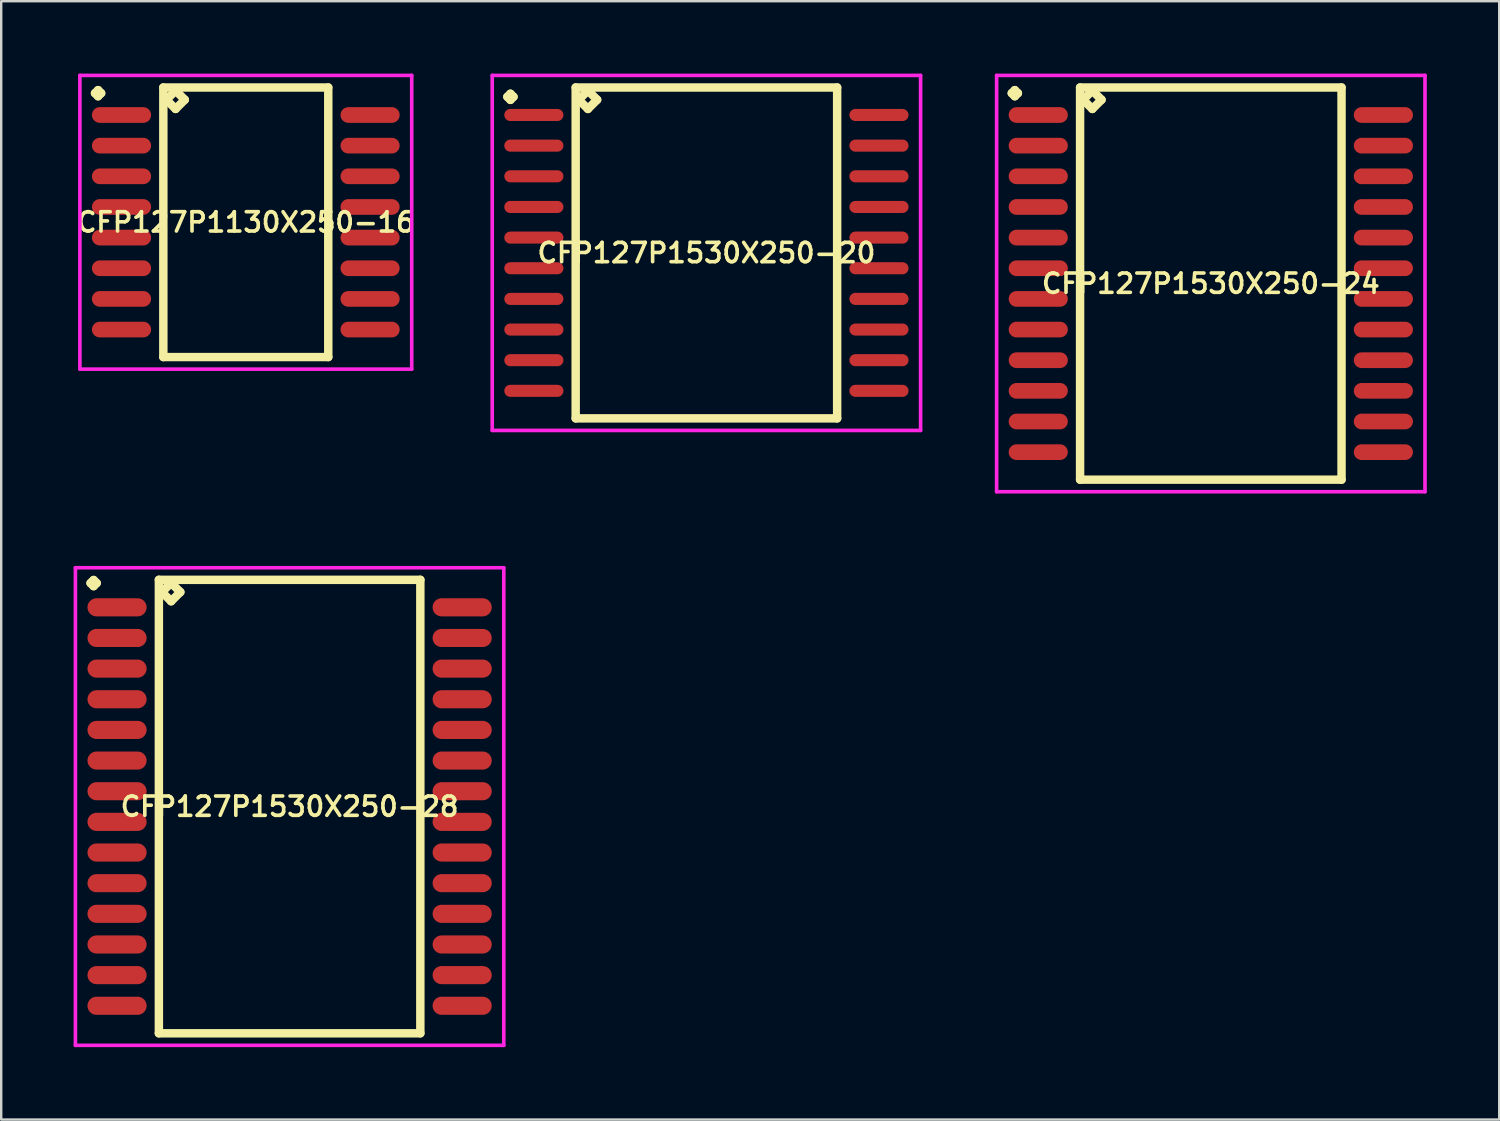
<source format=kicad_pcb>
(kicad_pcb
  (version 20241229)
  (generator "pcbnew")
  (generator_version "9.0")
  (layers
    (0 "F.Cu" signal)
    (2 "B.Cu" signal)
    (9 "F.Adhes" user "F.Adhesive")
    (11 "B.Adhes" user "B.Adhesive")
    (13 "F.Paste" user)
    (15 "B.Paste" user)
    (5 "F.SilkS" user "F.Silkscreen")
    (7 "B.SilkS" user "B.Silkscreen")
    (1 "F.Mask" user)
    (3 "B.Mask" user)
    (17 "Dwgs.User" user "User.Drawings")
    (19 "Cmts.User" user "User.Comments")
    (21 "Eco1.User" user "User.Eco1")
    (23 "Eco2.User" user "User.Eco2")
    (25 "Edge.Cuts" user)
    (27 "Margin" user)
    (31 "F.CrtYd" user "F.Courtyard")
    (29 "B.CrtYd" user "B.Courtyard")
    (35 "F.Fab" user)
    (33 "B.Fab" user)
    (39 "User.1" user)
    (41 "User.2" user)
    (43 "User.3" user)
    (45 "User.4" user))
  (footprint "CFP127P1530X250-24"
    (layer "F.Cu")
    (at 47.121 8.7)
    (property "Reference" "CFP127P1530X250-24" (at 0 0 0) (layer "F.SilkS") (effects (font (size 0.8 0.8) (thickness 0.15))))
    (attr smd)
    (fp_line (start -8.248 -7.889) (end -8.121 -8.016) (stroke (width 0.35) (type solid)) (layer "F.SilkS"))
    (fp_line (start -8.121 -8.016) (end -7.994 -7.889) (stroke (width 0.35) (type solid)) (layer "F.SilkS"))
    (fp_line (start -8.121 -7.762) (end -8.248 -7.889) (stroke (width 0.35) (type solid)) (layer "F.SilkS"))
    (fp_line (start -7.994 -7.889) (end -8.121 -7.762) (stroke (width 0.35) (type solid)) (layer "F.SilkS"))
    (fp_line (start -5.417 -8.125) (end -5.417 8.125) (stroke (width 0.35) (type solid)) (layer "F.SilkS"))
    (fp_line (start -5.417 8.125) (end 5.417 8.125) (stroke (width 0.35) (type solid)) (layer "F.SilkS"))
    (fp_line (start -5.29 -7.617) (end -4.909 -7.998) (stroke (width 0.35) (type solid)) (layer "F.SilkS"))
    (fp_line (start -4.909 -7.998) (end -4.528 -7.617) (stroke (width 0.35) (type solid)) (layer "F.SilkS"))
    (fp_line (start -4.909 -7.236) (end -5.29 -7.617) (stroke (width 0.35) (type solid)) (layer "F.SilkS"))
    (fp_line (start -4.528 -7.617) (end -4.909 -7.236) (stroke (width 0.35) (type solid)) (layer "F.SilkS"))
    (fp_line (start 5.417 -8.125) (end -5.417 -8.125) (stroke (width 0.35) (type solid)) (layer "F.SilkS"))
    (fp_line (start 5.417 8.125) (end 5.417 -8.125) (stroke (width 0.35) (type solid)) (layer "F.SilkS"))
    (fp_line (start -8.875 -8.625) (end 8.875 -8.625) (stroke (width 0.15) (type solid)) (layer "F.CrtYd"))
    (fp_line (start -8.875 8.625) (end -8.875 -8.625) (stroke (width 0.15) (type solid)) (layer "F.CrtYd"))
    (fp_line (start 8.875 -8.625) (end 8.875 8.625) (stroke (width 0.15) (type solid)) (layer "F.CrtYd"))
    (fp_line (start 8.875 8.625) (end -8.875 8.625) (stroke (width 0.15) (type solid)) (layer "F.CrtYd"))
    (pad "1" smd oval (at -7.15 -6.985) (size 2.45 0.65) (layers "F.Cu" "F.Mask" "F.Paste"))
    (pad "2" smd oval (at -7.15 -5.715) (size 2.45 0.65) (layers "F.Cu" "F.Mask" "F.Paste"))
    (pad "3" smd oval (at -7.15 -4.445) (size 2.45 0.65) (layers "F.Cu" "F.Mask" "F.Paste"))
    (pad "4" smd oval (at -7.15 -3.175) (size 2.45 0.65) (layers "F.Cu" "F.Mask" "F.Paste"))
    (pad "5" smd oval (at -7.15 -1.905) (size 2.45 0.65) (layers "F.Cu" "F.Mask" "F.Paste"))
    (pad "6" smd oval (at -7.15 -0.635) (size 2.45 0.65) (layers "F.Cu" "F.Mask" "F.Paste"))
    (pad "7" smd oval (at -7.15 0.635) (size 2.45 0.65) (layers "F.Cu" "F.Mask" "F.Paste"))
    (pad "8" smd oval (at -7.15 1.905) (size 2.45 0.65) (layers "F.Cu" "F.Mask" "F.Paste"))
    (pad "9" smd oval (at -7.15 3.175) (size 2.45 0.65) (layers "F.Cu" "F.Mask" "F.Paste"))
    (pad "10" smd oval (at -7.15 4.445) (size 2.45 0.65) (layers "F.Cu" "F.Mask" "F.Paste"))
    (pad "11" smd oval (at -7.15 5.715) (size 2.45 0.65) (layers "F.Cu" "F.Mask" "F.Paste"))
    (pad "12" smd oval (at -7.15 6.985) (size 2.45 0.65) (layers "F.Cu" "F.Mask" "F.Paste"))
    (pad "13" smd oval (at 7.15 6.985) (size 2.45 0.65) (layers "F.Cu" "F.Mask" "F.Paste"))
    (pad "14" smd oval (at 7.15 5.715) (size 2.45 0.65) (layers "F.Cu" "F.Mask" "F.Paste"))
    (pad "15" smd oval (at 7.15 4.445) (size 2.45 0.65) (layers "F.Cu" "F.Mask" "F.Paste"))
    (pad "16" smd oval (at 7.15 3.175) (size 2.45 0.65) (layers "F.Cu" "F.Mask" "F.Paste"))
    (pad "17" smd oval (at 7.15 1.905) (size 2.45 0.65) (layers "F.Cu" "F.Mask" "F.Paste"))
    (pad "18" smd oval (at 7.15 0.635) (size 2.45 0.65) (layers "F.Cu" "F.Mask" "F.Paste"))
    (pad "19" smd oval (at 7.15 -0.635) (size 2.45 0.65) (layers "F.Cu" "F.Mask" "F.Paste"))
    (pad "20" smd oval (at 7.15 -1.905) (size 2.45 0.65) (layers "F.Cu" "F.Mask" "F.Paste"))
    (pad "21" smd oval (at 7.15 -3.175) (size 2.45 0.65) (layers "F.Cu" "F.Mask" "F.Paste"))
    (pad "22" smd oval (at 7.15 -4.445) (size 2.45 0.65) (layers "F.Cu" "F.Mask" "F.Paste"))
    (pad "23" smd oval (at 7.15 -5.715) (size 2.45 0.65) (layers "F.Cu" "F.Mask" "F.Paste"))
    (pad "24" smd oval (at 7.15 -6.985) (size 2.45 0.65) (layers "F.Cu" "F.Mask" "F.Paste")))
  (footprint "CFP127P1530X250-28"
    (layer "F.Cu")
    (at 8.95 30.37)
    (property "Reference" "CFP127P1530X250-28" (at 0 0 0) (layer "F.SilkS") (effects (font (size 0.8 0.8) (thickness 0.15))))
    (attr smd)
    (fp_line (start -8.248 -9.259) (end -8.121 -9.386) (stroke (width 0.35) (type solid)) (layer "F.SilkS"))
    (fp_line (start -8.121 -9.386) (end -7.994 -9.259) (stroke (width 0.35) (type solid)) (layer "F.SilkS"))
    (fp_line (start -8.121 -9.132) (end -8.248 -9.259) (stroke (width 0.35) (type solid)) (layer "F.SilkS"))
    (fp_line (start -7.994 -9.259) (end -8.121 -9.132) (stroke (width 0.35) (type solid)) (layer "F.SilkS"))
    (fp_line (start -5.417 -9.395) (end -5.417 9.395) (stroke (width 0.35) (type solid)) (layer "F.SilkS"))
    (fp_line (start -5.417 9.395) (end 5.417 9.395) (stroke (width 0.35) (type solid)) (layer "F.SilkS"))
    (fp_line (start -5.29 -8.887) (end -4.909 -9.268) (stroke (width 0.35) (type solid)) (layer "F.SilkS"))
    (fp_line (start -4.909 -9.268) (end -4.528 -8.887) (stroke (width 0.35) (type solid)) (layer "F.SilkS"))
    (fp_line (start -4.909 -8.506) (end -5.29 -8.887) (stroke (width 0.35) (type solid)) (layer "F.SilkS"))
    (fp_line (start -4.528 -8.887) (end -4.909 -8.506) (stroke (width 0.35) (type solid)) (layer "F.SilkS"))
    (fp_line (start 5.417 -9.395) (end -5.417 -9.395) (stroke (width 0.35) (type solid)) (layer "F.SilkS"))
    (fp_line (start 5.417 9.395) (end 5.417 -9.395) (stroke (width 0.35) (type solid)) (layer "F.SilkS"))
    (fp_line (start -8.875 -9.895) (end 8.875 -9.895) (stroke (width 0.15) (type solid)) (layer "F.CrtYd"))
    (fp_line (start -8.875 9.895) (end -8.875 -9.895) (stroke (width 0.15) (type solid)) (layer "F.CrtYd"))
    (fp_line (start 8.875 -9.895) (end 8.875 9.895) (stroke (width 0.15) (type solid)) (layer "F.CrtYd"))
    (fp_line (start 8.875 9.895) (end -8.875 9.895) (stroke (width 0.15) (type solid)) (layer "F.CrtYd"))
    (pad "1" smd oval (at -7.15 -8.255) (size 2.45 0.75) (layers "F.Cu" "F.Mask" "F.Paste"))
    (pad "2" smd oval (at -7.15 -6.985) (size 2.45 0.75) (layers "F.Cu" "F.Mask" "F.Paste"))
    (pad "3" smd oval (at -7.15 -5.715) (size 2.45 0.75) (layers "F.Cu" "F.Mask" "F.Paste"))
    (pad "4" smd oval (at -7.15 -4.445) (size 2.45 0.75) (layers "F.Cu" "F.Mask" "F.Paste"))
    (pad "5" smd oval (at -7.15 -3.175) (size 2.45 0.75) (layers "F.Cu" "F.Mask" "F.Paste"))
    (pad "6" smd oval (at -7.15 -1.905) (size 2.45 0.75) (layers "F.Cu" "F.Mask" "F.Paste"))
    (pad "7" smd oval (at -7.15 -0.635) (size 2.45 0.75) (layers "F.Cu" "F.Mask" "F.Paste"))
    (pad "8" smd oval (at -7.15 0.635) (size 2.45 0.75) (layers "F.Cu" "F.Mask" "F.Paste"))
    (pad "9" smd oval (at -7.15 1.905) (size 2.45 0.75) (layers "F.Cu" "F.Mask" "F.Paste"))
    (pad "10" smd oval (at -7.15 3.175) (size 2.45 0.75) (layers "F.Cu" "F.Mask" "F.Paste"))
    (pad "11" smd oval (at -7.15 4.445) (size 2.45 0.75) (layers "F.Cu" "F.Mask" "F.Paste"))
    (pad "12" smd oval (at -7.15 5.715) (size 2.45 0.75) (layers "F.Cu" "F.Mask" "F.Paste"))
    (pad "13" smd oval (at -7.15 6.985) (size 2.45 0.75) (layers "F.Cu" "F.Mask" "F.Paste"))
    (pad "14" smd oval (at -7.15 8.255) (size 2.45 0.75) (layers "F.Cu" "F.Mask" "F.Paste"))
    (pad "15" smd oval (at 7.15 8.255) (size 2.45 0.75) (layers "F.Cu" "F.Mask" "F.Paste"))
    (pad "16" smd oval (at 7.15 6.985) (size 2.45 0.75) (layers "F.Cu" "F.Mask" "F.Paste"))
    (pad "17" smd oval (at 7.15 5.715) (size 2.45 0.75) (layers "F.Cu" "F.Mask" "F.Paste"))
    (pad "18" smd oval (at 7.15 4.445) (size 2.45 0.75) (layers "F.Cu" "F.Mask" "F.Paste"))
    (pad "19" smd oval (at 7.15 3.175) (size 2.45 0.75) (layers "F.Cu" "F.Mask" "F.Paste"))
    (pad "20" smd oval (at 7.15 1.905) (size 2.45 0.75) (layers "F.Cu" "F.Mask" "F.Paste"))
    (pad "21" smd oval (at 7.15 0.635) (size 2.45 0.75) (layers "F.Cu" "F.Mask" "F.Paste"))
    (pad "22" smd oval (at 7.15 -0.635) (size 2.45 0.75) (layers "F.Cu" "F.Mask" "F.Paste"))
    (pad "23" smd oval (at 7.15 -1.905) (size 2.45 0.75) (layers "F.Cu" "F.Mask" "F.Paste"))
    (pad "24" smd oval (at 7.15 -3.175) (size 2.45 0.75) (layers "F.Cu" "F.Mask" "F.Paste"))
    (pad "25" smd oval (at 7.15 -4.445) (size 2.45 0.75) (layers "F.Cu" "F.Mask" "F.Paste"))
    (pad "26" smd oval (at 7.15 -5.715) (size 2.45 0.75) (layers "F.Cu" "F.Mask" "F.Paste"))
    (pad "27" smd oval (at 7.15 -6.985) (size 2.45 0.75) (layers "F.Cu" "F.Mask" "F.Paste"))
    (pad "28" smd oval (at 7.15 -8.255) (size 2.45 0.75) (layers "F.Cu" "F.Mask" "F.Paste")))
  (footprint "CFP127P1530X250-20"
    (layer "F.Cu")
    (at 26.221 7.43)
    (property "Reference" "CFP127P1530X250-20" (at 0 0 0) (layer "F.SilkS") (effects (font (size 0.8 0.8) (thickness 0.15))))
    (attr smd)
    (fp_line (start -8.248 -6.469) (end -8.121 -6.596) (stroke (width 0.35) (type solid)) (layer "F.SilkS"))
    (fp_line (start -8.121 -6.596) (end -7.994 -6.469) (stroke (width 0.35) (type solid)) (layer "F.SilkS"))
    (fp_line (start -8.121 -6.342) (end -8.248 -6.469) (stroke (width 0.35) (type solid)) (layer "F.SilkS"))
    (fp_line (start -7.994 -6.469) (end -8.121 -6.342) (stroke (width 0.35) (type solid)) (layer "F.SilkS"))
    (fp_line (start -5.417 -6.855) (end -5.417 6.855) (stroke (width 0.35) (type solid)) (layer "F.SilkS"))
    (fp_line (start -5.417 6.855) (end 5.417 6.855) (stroke (width 0.35) (type solid)) (layer "F.SilkS"))
    (fp_line (start -5.29 -6.347) (end -4.909 -6.728) (stroke (width 0.35) (type solid)) (layer "F.SilkS"))
    (fp_line (start -4.909 -6.728) (end -4.528 -6.347) (stroke (width 0.35) (type solid)) (layer "F.SilkS"))
    (fp_line (start -4.909 -5.966) (end -5.29 -6.347) (stroke (width 0.35) (type solid)) (layer "F.SilkS"))
    (fp_line (start -4.528 -6.347) (end -4.909 -5.966) (stroke (width 0.35) (type solid)) (layer "F.SilkS"))
    (fp_line (start 5.417 -6.855) (end -5.417 -6.855) (stroke (width 0.35) (type solid)) (layer "F.SilkS"))
    (fp_line (start 5.417 6.855) (end 5.417 -6.855) (stroke (width 0.35) (type solid)) (layer "F.SilkS"))
    (fp_line (start -8.875 -7.355) (end 8.875 -7.355) (stroke (width 0.15) (type solid)) (layer "F.CrtYd"))
    (fp_line (start -8.875 7.355) (end -8.875 -7.355) (stroke (width 0.15) (type solid)) (layer "F.CrtYd"))
    (fp_line (start 8.875 -7.355) (end 8.875 7.355) (stroke (width 0.15) (type solid)) (layer "F.CrtYd"))
    (fp_line (start 8.875 7.355) (end -8.875 7.355) (stroke (width 0.15) (type solid)) (layer "F.CrtYd"))
    (pad "1" smd oval (at -7.15 -5.715) (size 2.45 0.5) (layers "F.Cu" "F.Mask" "F.Paste"))
    (pad "2" smd oval (at -7.15 -4.445) (size 2.45 0.5) (layers "F.Cu" "F.Mask" "F.Paste"))
    (pad "3" smd oval (at -7.15 -3.175) (size 2.45 0.5) (layers "F.Cu" "F.Mask" "F.Paste"))
    (pad "4" smd oval (at -7.15 -1.905) (size 2.45 0.5) (layers "F.Cu" "F.Mask" "F.Paste"))
    (pad "5" smd oval (at -7.15 -0.635) (size 2.45 0.5) (layers "F.Cu" "F.Mask" "F.Paste"))
    (pad "6" smd oval (at -7.15 0.635) (size 2.45 0.5) (layers "F.Cu" "F.Mask" "F.Paste"))
    (pad "7" smd oval (at -7.15 1.905) (size 2.45 0.5) (layers "F.Cu" "F.Mask" "F.Paste"))
    (pad "8" smd oval (at -7.15 3.175) (size 2.45 0.5) (layers "F.Cu" "F.Mask" "F.Paste"))
    (pad "9" smd oval (at -7.15 4.445) (size 2.45 0.5) (layers "F.Cu" "F.Mask" "F.Paste"))
    (pad "10" smd oval (at -7.15 5.715) (size 2.45 0.5) (layers "F.Cu" "F.Mask" "F.Paste"))
    (pad "11" smd oval (at 7.15 5.715) (size 2.45 0.5) (layers "F.Cu" "F.Mask" "F.Paste"))
    (pad "12" smd oval (at 7.15 4.445) (size 2.45 0.5) (layers "F.Cu" "F.Mask" "F.Paste"))
    (pad "13" smd oval (at 7.15 3.175) (size 2.45 0.5) (layers "F.Cu" "F.Mask" "F.Paste"))
    (pad "14" smd oval (at 7.15 1.905) (size 2.45 0.5) (layers "F.Cu" "F.Mask" "F.Paste"))
    (pad "15" smd oval (at 7.15 0.635) (size 2.45 0.5) (layers "F.Cu" "F.Mask" "F.Paste"))
    (pad "16" smd oval (at 7.15 -0.635) (size 2.45 0.5) (layers "F.Cu" "F.Mask" "F.Paste"))
    (pad "17" smd oval (at 7.15 -1.905) (size 2.45 0.5) (layers "F.Cu" "F.Mask" "F.Paste"))
    (pad "18" smd oval (at 7.15 -3.175) (size 2.45 0.5) (layers "F.Cu" "F.Mask" "F.Paste"))
    (pad "19" smd oval (at 7.15 -4.445) (size 2.45 0.5) (layers "F.Cu" "F.Mask" "F.Paste"))
    (pad "20" smd oval (at 7.15 -5.715) (size 2.45 0.5) (layers "F.Cu" "F.Mask" "F.Paste")))
  (footprint "CFP127P1130X250-16"
    (layer "F.Cu")
    (at 7.135 6.16)
    (property "Reference" "CFP127P1130X250-16" (at 0 0 0) (layer "F.SilkS") (effects (font (size 0.8 0.8) (thickness 0.15))))
    (attr smd)
    (fp_line (start -6.248 -5.349) (end -6.121 -5.476) (stroke (width 0.35) (type solid)) (layer "F.SilkS"))
    (fp_line (start -6.121 -5.476) (end -5.994 -5.349) (stroke (width 0.35) (type solid)) (layer "F.SilkS"))
    (fp_line (start -6.121 -5.222) (end -6.248 -5.349) (stroke (width 0.35) (type solid)) (layer "F.SilkS"))
    (fp_line (start -5.994 -5.349) (end -6.121 -5.222) (stroke (width 0.35) (type solid)) (layer "F.SilkS"))
    (fp_line (start -3.417 -5.585) (end -3.417 5.585) (stroke (width 0.35) (type solid)) (layer "F.SilkS"))
    (fp_line (start -3.417 5.585) (end 3.417 5.585) (stroke (width 0.35) (type solid)) (layer "F.SilkS"))
    (fp_line (start -3.29 -5.077) (end -2.909 -5.458) (stroke (width 0.35) (type solid)) (layer "F.SilkS"))
    (fp_line (start -2.909 -5.458) (end -2.528 -5.077) (stroke (width 0.35) (type solid)) (layer "F.SilkS"))
    (fp_line (start -2.909 -4.696) (end -3.29 -5.077) (stroke (width 0.35) (type solid)) (layer "F.SilkS"))
    (fp_line (start -2.528 -5.077) (end -2.909 -4.696) (stroke (width 0.35) (type solid)) (layer "F.SilkS"))
    (fp_line (start 3.417 -5.585) (end -3.417 -5.585) (stroke (width 0.35) (type solid)) (layer "F.SilkS"))
    (fp_line (start 3.417 5.585) (end 3.417 -5.585) (stroke (width 0.35) (type solid)) (layer "F.SilkS"))
    (fp_line (start -6.875 -6.085) (end 6.875 -6.085) (stroke (width 0.15) (type solid)) (layer "F.CrtYd"))
    (fp_line (start -6.875 6.085) (end -6.875 -6.085) (stroke (width 0.15) (type solid)) (layer "F.CrtYd"))
    (fp_line (start 6.875 -6.085) (end 6.875 6.085) (stroke (width 0.15) (type solid)) (layer "F.CrtYd"))
    (fp_line (start 6.875 6.085) (end -6.875 6.085) (stroke (width 0.15) (type solid)) (layer "F.CrtYd"))
    (pad "1" smd oval (at -5.15 -4.445) (size 2.45 0.65) (layers "F.Cu" "F.Mask" "F.Paste"))
    (pad "2" smd oval (at -5.15 -3.175) (size 2.45 0.65) (layers "F.Cu" "F.Mask" "F.Paste"))
    (pad "3" smd oval (at -5.15 -1.905) (size 2.45 0.65) (layers "F.Cu" "F.Mask" "F.Paste"))
    (pad "4" smd oval (at -5.15 -0.635) (size 2.45 0.65) (layers "F.Cu" "F.Mask" "F.Paste"))
    (pad "5" smd oval (at -5.15 0.635) (size 2.45 0.65) (layers "F.Cu" "F.Mask" "F.Paste"))
    (pad "6" smd oval (at -5.15 1.905) (size 2.45 0.65) (layers "F.Cu" "F.Mask" "F.Paste"))
    (pad "7" smd oval (at -5.15 3.175) (size 2.45 0.65) (layers "F.Cu" "F.Mask" "F.Paste"))
    (pad "8" smd oval (at -5.15 4.445) (size 2.45 0.65) (layers "F.Cu" "F.Mask" "F.Paste"))
    (pad "9" smd oval (at 5.15 4.445) (size 2.45 0.65) (layers "F.Cu" "F.Mask" "F.Paste"))
    (pad "10" smd oval (at 5.15 3.175) (size 2.45 0.65) (layers "F.Cu" "F.Mask" "F.Paste"))
    (pad "11" smd oval (at 5.15 1.905) (size 2.45 0.65) (layers "F.Cu" "F.Mask" "F.Paste"))
    (pad "12" smd oval (at 5.15 0.635) (size 2.45 0.65) (layers "F.Cu" "F.Mask" "F.Paste"))
    (pad "13" smd oval (at 5.15 -0.635) (size 2.45 0.65) (layers "F.Cu" "F.Mask" "F.Paste"))
    (pad "14" smd oval (at 5.15 -1.905) (size 2.45 0.65) (layers "F.Cu" "F.Mask" "F.Paste"))
    (pad "15" smd oval (at 5.15 -3.175) (size 2.45 0.65) (layers "F.Cu" "F.Mask" "F.Paste"))
    (pad "16" smd oval (at 5.15 -4.445) (size 2.45 0.65) (layers "F.Cu" "F.Mask" "F.Paste")))
  (gr_rect
    (start -3 -3)
    (end 59.071 43.34)
    (stroke (width 0.1) (type default))
    (fill no)
    (layer "Edge.Cuts")))
</source>
